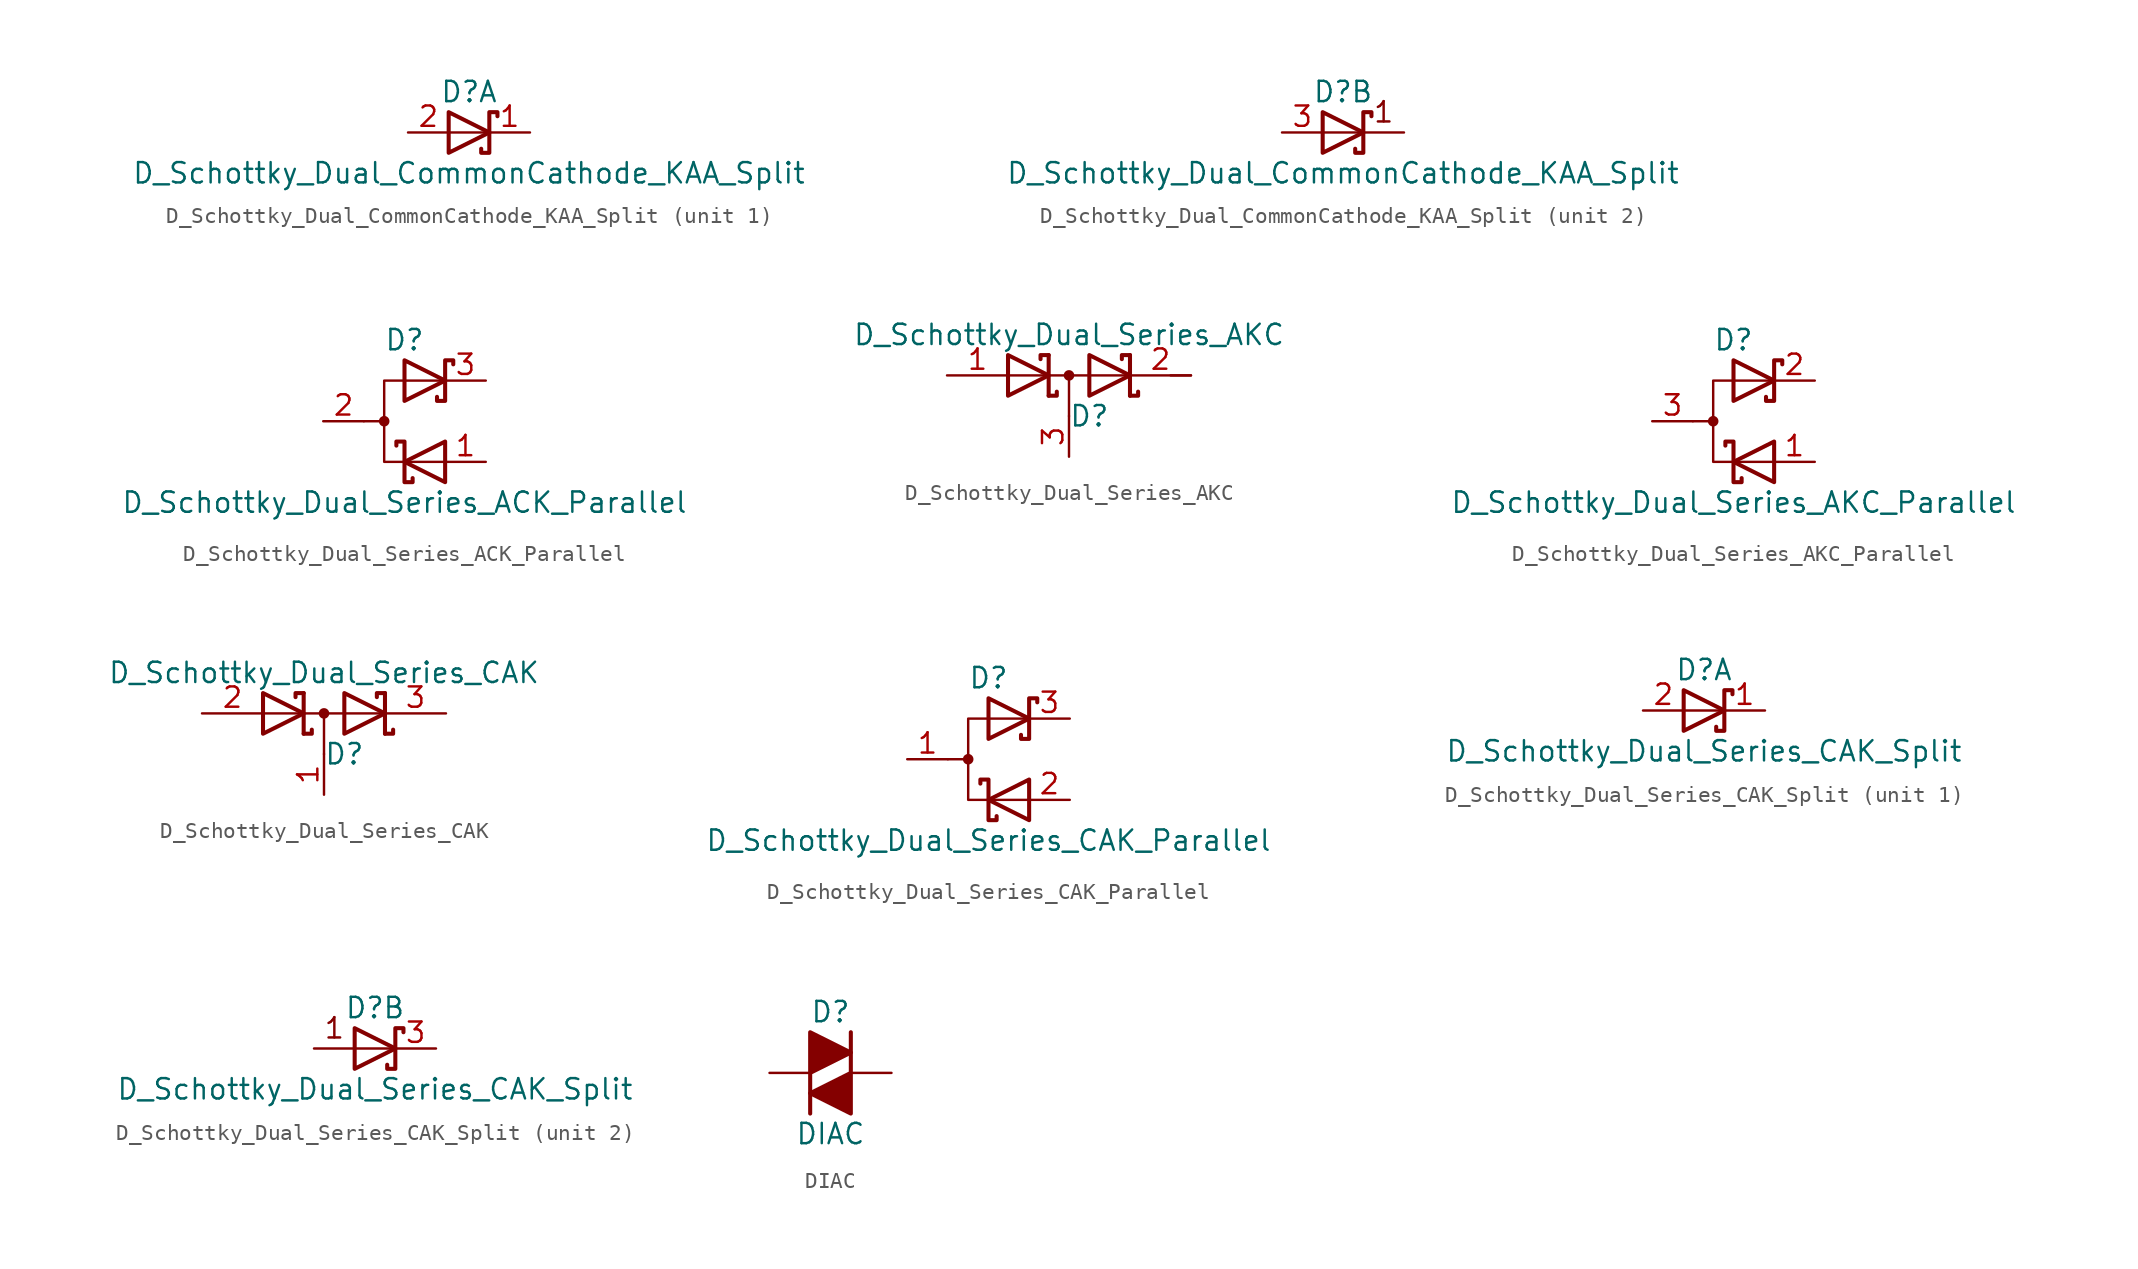
<source format=kicad_sym>
(kicad_symbol_lib
  (version 20220914)
  (generator kicad_symbol_editor)
  (symbol "D_Schottky_Dual_CommonCathode_KAA_Split"
    (pin_names
      (offset 0.762) hide)
    (property "Reference" "D"
      (at 0 2.54 0)
      (effects (font (size 1.27 1.27))))
    (property "Value" "D_Schottky_Dual_CommonCathode_KAA_Split"
      (at 0 -2.54 0)
      (effects (font (size 1.27 1.27))))
    (property "ki_locked" ""
      (at 0 0 0)
      (effects (font (size 1.27 1.27))))
    (symbol "D_Schottky_Dual_CommonCathode_KAA_Split_0_1"
      (polyline (pts (xy -1.27 1.27) (xy 1.27 0) (xy -1.27 -1.27) (xy -1.27 1.27) (xy -1.27 1.27) (xy -1.27 1.27)) (stroke (width 0.254) (type default)) (fill (type none)))
      (polyline (pts (xy 1.778 1.016) (xy 1.778 1.27) (xy 1.27 1.27) (xy 1.27 -1.27) (xy 0.762 -1.27) (xy 0.762 -1.016)) (stroke (width 0.254) (type default)) (fill (type none))))
    (symbol "D_Schottky_Dual_CommonCathode_KAA_Split_1_1"
      (polyline (pts (xy 1.27 0) (xy -1.27 0)) (stroke (width 0) (type default)) (fill (type none)))
      (pin passive line (at 3.81 0 180) (length 2.54) (name "K" (effects (font (size 1.27 1.27)))) (number "1" (effects (font (size 1.27 1.27)))))
      (pin passive line (at -3.81 0 0) (length 2.54) (name "A" (effects (font (size 1.27 1.27)))) (number "2" (effects (font (size 1.27 1.27))))))
    (symbol "D_Schottky_Dual_CommonCathode_KAA_Split_2_0"
      (polyline (pts (xy 3.81 0) (xy -1.27 0)) (stroke (width 0) (type default)) (fill (type none)))
      (text "1" (at 2.54 1.27 0) (effects (font (size 1.27 1.27)))))
    (symbol "D_Schottky_Dual_CommonCathode_KAA_Split_2_1"
      (pin passive line (at -3.81 0 0) (length 2.54) (name "K" (effects (font (size 1.27 1.27)))) (number "3" (effects (font (size 1.27 1.27)))))))
  (symbol "D_Schottky_Dual_Series_ACK_Parallel"
    (pin_names
      (offset 0.762) hide)
    (property "Reference" "D"
      (at 0 5.08 0)
      (effects (font (size 1.27 1.27))))
    (property "Value" "D_Schottky_Dual_Series_ACK_Parallel"
      (at 0 -5.08 0)
      (effects (font (size 1.27 1.27))))
    (symbol "D_Schottky_Dual_Series_ACK_Parallel_0_1"
      (circle (center -1.27 0) (radius 0.254) (stroke (width 0) (type default)) (fill (type outline)))
      (polyline (pts (xy -1.27 0) (xy -2.54 0)) (stroke (width 0) (type default)) (fill (type none)))
      (polyline (pts (xy 2.54 2.54) (xy -1.27 2.54) (xy -1.27 -2.54) (xy 2.54 -2.54)) (stroke (width 0) (type default)) (fill (type none)))
      (polyline (pts (xy -0.508 -1.524) (xy -0.508 -1.27) (xy 0 -1.27) (xy 0 -3.81) (xy 0.508 -3.81) (xy 0.508 -3.556)) (stroke (width 0.254) (type default)) (fill (type none)))
      (polyline (pts (xy 0 3.81) (xy 2.54 2.54) (xy 0 1.27) (xy 0 3.81) (xy 0 3.81) (xy 0 3.81)) (stroke (width 0.254) (type default)) (fill (type none)))
      (polyline (pts (xy 2.54 -1.27) (xy 0 -2.54) (xy 2.54 -3.81) (xy 2.54 -1.27) (xy 2.54 -1.27) (xy 2.54 -1.27)) (stroke (width 0.254) (type default)) (fill (type none)))
      (polyline (pts (xy 3.048 3.556) (xy 3.048 3.81) (xy 2.54 3.81) (xy 2.54 1.27) (xy 2.032 1.27) (xy 2.032 1.524)) (stroke (width 0.254) (type default)) (fill (type none)))
      (pin passive line (at 5.08 -2.54 180) (length 2.54) (name "K" (effects (font (size 1.27 1.27)))) (number "1" (effects (font (size 1.27 1.27)))))
      (pin passive line (at -5.08 0 0) (length 2.54) (name "A" (effects (font (size 1.27 1.27)))) (number "2" (effects (font (size 1.27 1.27)))))
      (pin passive line (at 5.08 2.54 180) (length 2.54) (name "K" (effects (font (size 1.27 1.27)))) (number "3" (effects (font (size 1.27 1.27)))))))
  (symbol "D_Schottky_Dual_Series_AKC"
    (pin_names
      (offset 0.762) hide)
    (property "Reference" "D"
      (at 1.27 -2.54 0)
      (effects (font (size 1.27 1.27))))
    (property "Value" "D_Schottky_Dual_Series_AKC"
      (at 0 2.54 0)
      (effects (font (size 1.27 1.27))))
    (symbol "D_Schottky_Dual_Series_AKC_0_1"
      (polyline (pts (xy -3.81 0) (xy 3.81 0)) (stroke (width 0) (type default)) (fill (type none)))
      (polyline (pts (xy 0 0) (xy 0 -2.54)) (stroke (width 0) (type default)) (fill (type none)))
      (polyline (pts (xy 6.35 0) (xy 7.62 0)) (stroke (width 0) (type default)) (fill (type none)))
      (polyline (pts (xy -1.27 -1.27) (xy -1.27 1.27) (xy -1.27 1.27)) (stroke (width 0.254) (type default)) (fill (type none)))
      (polyline (pts (xy 3.81 1.27) (xy 3.81 -1.27) (xy 3.81 -1.27)) (stroke (width 0.254) (type default)) (fill (type none)))
      (polyline (pts (xy -1.27 -1.27) (xy -0.762 -1.27) (xy -0.762 -1.016) (xy -0.762 -1.016)) (stroke (width 0.254) (type default)) (fill (type none)))
      (polyline (pts (xy 3.81 -1.27) (xy 4.318 -1.27) (xy 4.318 -1.016) (xy 4.318 -1.016)) (stroke (width 0.254) (type default)) (fill (type none)))
      (polyline (pts (xy 3.81 1.27) (xy 3.302 1.27) (xy 3.302 1.016) (xy 3.302 1.016)) (stroke (width 0.254) (type default)) (fill (type none)))
      (polyline (pts (xy -1.778 1.016) (xy -1.778 1.27) (xy -1.27 1.27) (xy -1.27 1.27) (xy -1.27 1.27)) (stroke (width 0.254) (type default)) (fill (type none)))
      (polyline (pts (xy -3.81 1.27) (xy -1.27 0) (xy -3.81 -1.27) (xy -3.81 1.27) (xy -3.81 1.27) (xy -3.81 1.27)) (stroke (width 0.254) (type default)) (fill (type none)))
      (polyline (pts (xy 1.27 1.27) (xy 3.81 0) (xy 1.27 -1.27) (xy 1.27 1.27) (xy 1.27 1.27) (xy 1.27 1.27)) (stroke (width 0.254) (type default)) (fill (type none)))
      (circle (center 0 0) (radius 0.254) (stroke (width 0) (type default)) (fill (type outline)))
      (pin passive line (at -7.62 0 0) (length 3.81) (name "A" (effects (font (size 1.27 1.27)))) (number "1" (effects (font (size 1.27 1.27)))))
      (pin passive line (at 7.62 0 180) (length 3.81) (name "K" (effects (font (size 1.27 1.27)))) (number "2" (effects (font (size 1.27 1.27)))))
      (pin passive line (at 0 -5.08 90) (length 2.54) (name "common" (effects (font (size 1.27 1.27)))) (number "3" (effects (font (size 1.27 1.27)))))))
  (symbol "D_Schottky_Dual_Series_AKC_Parallel"
    (pin_names
      (offset 0.762) hide)
    (property "Reference" "D"
      (at 0 5.08 0)
      (effects (font (size 1.27 1.27))))
    (property "Value" "D_Schottky_Dual_Series_AKC_Parallel"
      (at 0 -5.08 0)
      (effects (font (size 1.27 1.27))))
    (symbol "D_Schottky_Dual_Series_AKC_Parallel_0_1"
      (circle (center -1.27 0) (radius 0.254) (stroke (width 0) (type default)) (fill (type outline)))
      (polyline (pts (xy -1.27 0) (xy -2.54 0)) (stroke (width 0) (type default)) (fill (type none)))
      (polyline (pts (xy 2.54 2.54) (xy -1.27 2.54) (xy -1.27 -2.54) (xy 2.54 -2.54)) (stroke (width 0) (type default)) (fill (type none)))
      (polyline (pts (xy -0.508 -1.524) (xy -0.508 -1.27) (xy 0 -1.27) (xy 0 -3.81) (xy 0.508 -3.81) (xy 0.508 -3.556)) (stroke (width 0.254) (type default)) (fill (type none)))
      (polyline (pts (xy 0 3.81) (xy 2.54 2.54) (xy 0 1.27) (xy 0 3.81) (xy 0 3.81) (xy 0 3.81)) (stroke (width 0.254) (type default)) (fill (type none)))
      (polyline (pts (xy 2.54 -1.27) (xy 0 -2.54) (xy 2.54 -3.81) (xy 2.54 -1.27) (xy 2.54 -1.27) (xy 2.54 -1.27)) (stroke (width 0.254) (type default)) (fill (type none)))
      (polyline (pts (xy 3.048 3.556) (xy 3.048 3.81) (xy 2.54 3.81) (xy 2.54 1.27) (xy 2.032 1.27) (xy 2.032 1.524)) (stroke (width 0.254) (type default)) (fill (type none)))
      (pin passive line (at 5.08 -2.54 180) (length 2.54) (name "K" (effects (font (size 1.27 1.27)))) (number "1" (effects (font (size 1.27 1.27)))))
      (pin passive line (at 5.08 2.54 180) (length 2.54) (name "K" (effects (font (size 1.27 1.27)))) (number "2" (effects (font (size 1.27 1.27)))))
      (pin passive line (at -5.08 0 0) (length 2.54) (name "A" (effects (font (size 1.27 1.27)))) (number "3" (effects (font (size 1.27 1.27)))))))
  (symbol "D_Schottky_Dual_Series_CAK"
    (pin_names
      (offset 0.762) hide)
    (property "Reference" "D"
      (at 1.27 -2.54 0)
      (effects (font (size 1.27 1.27))))
    (property "Value" "D_Schottky_Dual_Series_CAK"
      (at 0 2.54 0)
      (effects (font (size 1.27 1.27))))
    (symbol "D_Schottky_Dual_Series_CAK_0_1"
      (polyline (pts (xy -3.81 0) (xy 3.81 0)) (stroke (width 0) (type default)) (fill (type none)))
      (polyline (pts (xy 0 0) (xy 0 -2.54)) (stroke (width 0) (type default)) (fill (type none)))
      (polyline (pts (xy -1.27 -1.27) (xy -1.27 1.27) (xy -1.27 1.27)) (stroke (width 0.254) (type default)) (fill (type none)))
      (polyline (pts (xy 3.81 1.27) (xy 3.81 -1.27) (xy 3.81 -1.27)) (stroke (width 0.254) (type default)) (fill (type none)))
      (polyline (pts (xy -1.27 -1.27) (xy -0.762 -1.27) (xy -0.762 -1.016) (xy -0.762 -1.016)) (stroke (width 0.254) (type default)) (fill (type none)))
      (polyline (pts (xy 3.81 -1.27) (xy 4.318 -1.27) (xy 4.318 -1.016) (xy 4.318 -1.016)) (stroke (width 0.254) (type default)) (fill (type none)))
      (polyline (pts (xy 3.81 1.27) (xy 3.302 1.27) (xy 3.302 1.016) (xy 3.302 1.016)) (stroke (width 0.254) (type default)) (fill (type none)))
      (polyline (pts (xy -1.778 1.016) (xy -1.778 1.27) (xy -1.27 1.27) (xy -1.27 1.27) (xy -1.27 1.27)) (stroke (width 0.254) (type default)) (fill (type none)))
      (polyline (pts (xy -3.81 1.27) (xy -1.27 0) (xy -3.81 -1.27) (xy -3.81 1.27) (xy -3.81 1.27) (xy -3.81 1.27)) (stroke (width 0.254) (type default)) (fill (type none)))
      (polyline (pts (xy 1.27 1.27) (xy 3.81 0) (xy 1.27 -1.27) (xy 1.27 1.27) (xy 1.27 1.27) (xy 1.27 1.27)) (stroke (width 0.254) (type default)) (fill (type none)))
      (circle (center 0 0) (radius 0.254) (stroke (width 0) (type default)) (fill (type outline)))
      (pin passive line (at 0 -5.08 90) (length 2.54) (name "common" (effects (font (size 1.27 1.27)))) (number "1" (effects (font (size 1.27 1.27)))))
      (pin passive line (at -7.62 0 0) (length 3.81) (name "A" (effects (font (size 1.27 1.27)))) (number "2" (effects (font (size 1.27 1.27)))))
      (pin passive line (at 7.62 0 180) (length 3.81) (name "K" (effects (font (size 1.27 1.27)))) (number "3" (effects (font (size 1.27 1.27)))))))
  (symbol "D_Schottky_Dual_Series_CAK_Parallel"
    (pin_names
      (offset 0.762) hide)
    (property "Reference" "D"
      (at 0 5.08 0)
      (effects (font (size 1.27 1.27))))
    (property "Value" "D_Schottky_Dual_Series_CAK_Parallel"
      (at 0 -5.08 0)
      (effects (font (size 1.27 1.27))))
    (symbol "D_Schottky_Dual_Series_CAK_Parallel_0_1"
      (circle (center -1.27 0) (radius 0.254) (stroke (width 0) (type default)) (fill (type outline)))
      (polyline (pts (xy -1.27 0) (xy -2.54 0)) (stroke (width 0) (type default)) (fill (type none)))
      (polyline (pts (xy 2.54 2.54) (xy -1.27 2.54) (xy -1.27 -2.54) (xy 2.54 -2.54)) (stroke (width 0) (type default)) (fill (type none)))
      (polyline (pts (xy -0.508 -1.524) (xy -0.508 -1.27) (xy 0 -1.27) (xy 0 -3.81) (xy 0.508 -3.81) (xy 0.508 -3.556)) (stroke (width 0.254) (type default)) (fill (type none)))
      (polyline (pts (xy 0 3.81) (xy 2.54 2.54) (xy 0 1.27) (xy 0 3.81) (xy 0 3.81) (xy 0 3.81)) (stroke (width 0.254) (type default)) (fill (type none)))
      (polyline (pts (xy 2.54 -1.27) (xy 0 -2.54) (xy 2.54 -3.81) (xy 2.54 -1.27) (xy 2.54 -1.27) (xy 2.54 -1.27)) (stroke (width 0.254) (type default)) (fill (type none)))
      (polyline (pts (xy 3.048 3.556) (xy 3.048 3.81) (xy 2.54 3.81) (xy 2.54 1.27) (xy 2.032 1.27) (xy 2.032 1.524)) (stroke (width 0.254) (type default)) (fill (type none)))
      (pin passive line (at -5.08 0 0) (length 2.54) (name "A" (effects (font (size 1.27 1.27)))) (number "1" (effects (font (size 1.27 1.27)))))
      (pin passive line (at 5.08 -2.54 180) (length 2.54) (name "K" (effects (font (size 1.27 1.27)))) (number "2" (effects (font (size 1.27 1.27)))))
      (pin passive line (at 5.08 2.54 180) (length 2.54) (name "K" (effects (font (size 1.27 1.27)))) (number "3" (effects (font (size 1.27 1.27)))))))
  (symbol "D_Schottky_Dual_Series_CAK_Split"
    (pin_names
      (offset 0.762) hide)
    (property "Reference" "D"
      (at 0 2.54 0)
      (effects (font (size 1.27 1.27))))
    (property "Value" "D_Schottky_Dual_Series_CAK_Split"
      (at 0 -2.54 0)
      (effects (font (size 1.27 1.27))))
    (property "ki_locked" ""
      (at 0 0 0)
      (effects (font (size 1.27 1.27))))
    (symbol "D_Schottky_Dual_Series_CAK_Split_0_1"
      (polyline (pts (xy -1.27 1.27) (xy 1.27 0) (xy -1.27 -1.27) (xy -1.27 1.27) (xy -1.27 1.27) (xy -1.27 1.27)) (stroke (width 0.254) (type default)) (fill (type none)))
      (polyline (pts (xy 1.778 1.016) (xy 1.778 1.27) (xy 1.27 1.27) (xy 1.27 -1.27) (xy 0.762 -1.27) (xy 0.762 -1.016)) (stroke (width 0.254) (type default)) (fill (type none))))
    (symbol "D_Schottky_Dual_Series_CAK_Split_1_1"
      (polyline (pts (xy 1.27 0) (xy -1.27 0)) (stroke (width 0) (type default)) (fill (type none)))
      (pin passive line (at 3.81 0 180) (length 2.54) (name "K" (effects (font (size 1.27 1.27)))) (number "1" (effects (font (size 1.27 1.27)))))
      (pin passive line (at -3.81 0 0) (length 2.54) (name "A" (effects (font (size 1.27 1.27)))) (number "2" (effects (font (size 1.27 1.27))))))
    (symbol "D_Schottky_Dual_Series_CAK_Split_2_0"
      (polyline (pts (xy 1.27 0) (xy -3.81 0)) (stroke (width 0) (type default)) (fill (type none)))
      (text "1" (at -2.54 1.27 0) (effects (font (size 1.27 1.27)))))
    (symbol "D_Schottky_Dual_Series_CAK_Split_2_1"
      (pin passive line (at 3.81 0 180) (length 2.54) (name "K" (effects (font (size 1.27 1.27)))) (number "3" (effects (font (size 1.27 1.27)))))))
  (symbol "DIAC"
    (pin_numbers hide)
    (pin_names
      (offset 1.016) hide)
    (property "Reference" "D"
      (at 0 3.81 0)
      (effects (font (size 1.27 1.27))))
    (property "Value" "DIAC"
      (at 0 -3.81 0)
      (effects (font (size 1.27 1.27))))
    (symbol "DIAC_0_1"
      (polyline (pts (xy -1.27 -2.54) (xy -1.27 2.54) (xy 1.27 1.27) (xy -1.27 0)) (stroke (width 0.254) (type default)) (fill (type outline)))
      (polyline (pts (xy 1.27 2.54) (xy 1.27 -2.54) (xy -1.27 -1.27) (xy 1.27 0)) (stroke (width 0.254) (type default)) (fill (type outline))))
    (symbol "DIAC_1_1"
      (pin passive line (at -3.81 0 0) (length 2.54) (name "K" (effects (font (size 1.27 1.27)))) (number "1" (effects (font (size 1.27 1.27)))))
      (pin passive line (at 3.81 0 180) (length 2.54) (name "A" (effects (font (size 1.27 1.27)))) (number "2" (effects (font (size 1.27 1.27))))))))
</source>
